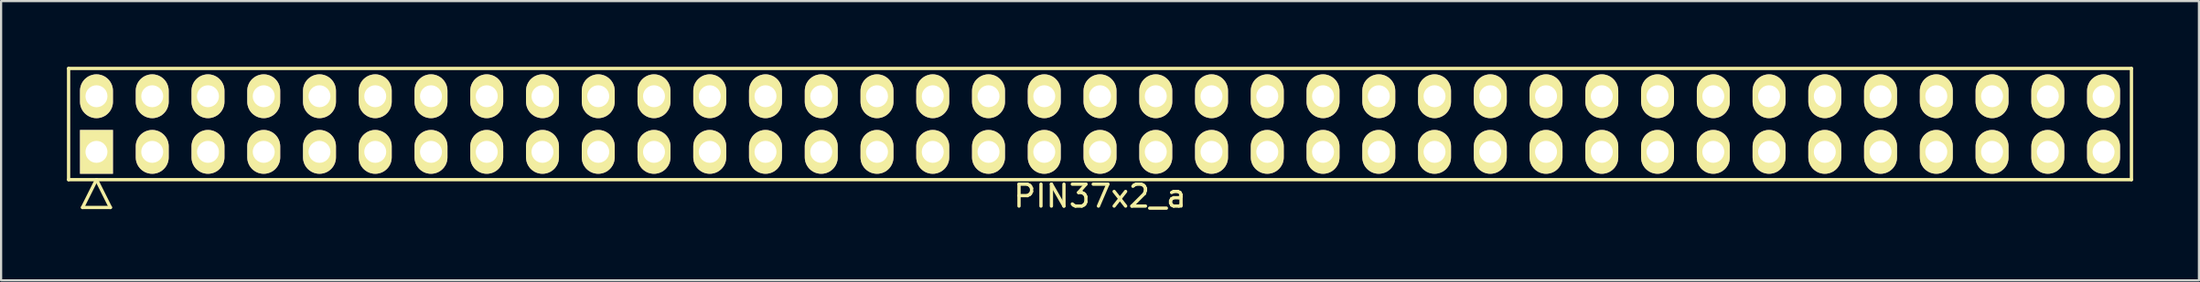
<source format=kicad_pcb>
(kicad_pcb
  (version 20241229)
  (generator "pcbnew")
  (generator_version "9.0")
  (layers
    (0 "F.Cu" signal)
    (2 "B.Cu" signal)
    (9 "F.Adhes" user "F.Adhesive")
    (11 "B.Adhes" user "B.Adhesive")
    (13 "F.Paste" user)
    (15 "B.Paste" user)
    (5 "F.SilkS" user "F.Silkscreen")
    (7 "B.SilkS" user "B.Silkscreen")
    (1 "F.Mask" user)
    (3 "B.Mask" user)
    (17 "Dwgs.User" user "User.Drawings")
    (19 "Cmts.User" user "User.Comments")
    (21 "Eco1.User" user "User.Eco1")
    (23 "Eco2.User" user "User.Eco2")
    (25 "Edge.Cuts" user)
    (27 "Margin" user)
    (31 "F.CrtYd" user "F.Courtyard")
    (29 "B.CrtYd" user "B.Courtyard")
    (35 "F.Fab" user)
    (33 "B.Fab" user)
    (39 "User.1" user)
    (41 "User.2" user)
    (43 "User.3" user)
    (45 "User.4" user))
  (footprint "PIN37x2_a"
    (layer "F.Cu")
    (at 47.065 2.615)
    (property "Reference" "PIN37x2_a" (at 0 3.29 0) (layer "F.SilkS") (effects (font (size 1 1) (thickness 0.15))))
    (attr through_hole)
    (fp_line (start -46.99 -2.54) (end -46.99 2.54) (stroke (width 0.15) (type solid)) (layer "F.SilkS"))
    (fp_line (start -46.99 2.54) (end 46.99 2.54) (stroke (width 0.15) (type solid)) (layer "F.SilkS"))
    (fp_line (start -46.355 3.81) (end -45.72 2.54) (stroke (width 0.15) (type solid)) (layer "F.SilkS"))
    (fp_line (start -46.355 3.81) (end -45.085 3.81) (stroke (width 0.15) (type solid)) (layer "F.SilkS"))
    (fp_line (start -45.085 3.81) (end -45.72 2.54) (stroke (width 0.15) (type solid)) (layer "F.SilkS"))
    (fp_line (start 46.99 -2.54) (end -46.99 -2.54) (stroke (width 0.15) (type solid)) (layer "F.SilkS"))
    (fp_line (start 46.99 2.54) (end 46.99 -2.54) (stroke (width 0.15) (type solid)) (layer "F.SilkS"))
    (pad "1" thru_hole rect (at -45.72 1.27) (size 1.5 2) (drill 1) (layers "*.Cu" "*.Mask" "F.SilkS"))
    (pad "2" thru_hole oval (at -45.72 -1.27) (size 1.5 2) (drill 1) (layers "*.Cu" "*.Mask" "F.SilkS"))
    (pad "3" thru_hole oval (at -43.18 1.27) (size 1.5 2) (drill 1) (layers "*.Cu" "*.Mask" "F.SilkS"))
    (pad "4" thru_hole oval (at -43.18 -1.27) (size 1.5 2) (drill 1) (layers "*.Cu" "*.Mask" "F.SilkS"))
    (pad "5" thru_hole oval (at -40.64 1.27) (size 1.5 2) (drill 1) (layers "*.Cu" "*.Mask" "F.SilkS"))
    (pad "6" thru_hole oval (at -40.64 -1.27) (size 1.5 2) (drill 1) (layers "*.Cu" "*.Mask" "F.SilkS"))
    (pad "7" thru_hole oval (at -38.1 1.27) (size 1.5 2) (drill 1) (layers "*.Cu" "*.Mask" "F.SilkS"))
    (pad "8" thru_hole oval (at -38.1 -1.27) (size 1.5 2) (drill 1) (layers "*.Cu" "*.Mask" "F.SilkS"))
    (pad "9" thru_hole oval (at -35.56 1.27) (size 1.5 2) (drill 1) (layers "*.Cu" "*.Mask" "F.SilkS"))
    (pad "10" thru_hole oval (at -35.56 -1.27) (size 1.5 2) (drill 1) (layers "*.Cu" "*.Mask" "F.SilkS"))
    (pad "11" thru_hole oval (at -33.02 1.27) (size 1.5 2) (drill 1) (layers "*.Cu" "*.Mask" "F.SilkS"))
    (pad "12" thru_hole oval (at -33.02 -1.27) (size 1.5 2) (drill 1) (layers "*.Cu" "*.Mask" "F.SilkS"))
    (pad "13" thru_hole oval (at -30.48 1.27) (size 1.5 2) (drill 1) (layers "*.Cu" "*.Mask" "F.SilkS"))
    (pad "14" thru_hole oval (at -30.48 -1.27) (size 1.5 2) (drill 1) (layers "*.Cu" "*.Mask" "F.SilkS"))
    (pad "15" thru_hole oval (at -27.94 1.27) (size 1.5 2) (drill 1) (layers "*.Cu" "*.Mask" "F.SilkS"))
    (pad "16" thru_hole oval (at -27.94 -1.27) (size 1.5 2) (drill 1) (layers "*.Cu" "*.Mask" "F.SilkS"))
    (pad "17" thru_hole oval (at -25.4 1.27) (size 1.5 2) (drill 1) (layers "*.Cu" "*.Mask" "F.SilkS"))
    (pad "18" thru_hole oval (at -25.4 -1.27) (size 1.5 2) (drill 1) (layers "*.Cu" "*.Mask" "F.SilkS"))
    (pad "19" thru_hole oval (at -22.86 1.27) (size 1.5 2) (drill 1) (layers "*.Cu" "*.Mask" "F.SilkS"))
    (pad "20" thru_hole oval (at -22.86 -1.27) (size 1.5 2) (drill 1) (layers "*.Cu" "*.Mask" "F.SilkS"))
    (pad "21" thru_hole oval (at -20.32 1.27) (size 1.5 2) (drill 1) (layers "*.Cu" "*.Mask" "F.SilkS"))
    (pad "22" thru_hole oval (at -20.32 -1.27) (size 1.5 2) (drill 1) (layers "*.Cu" "*.Mask" "F.SilkS"))
    (pad "23" thru_hole oval (at -17.78 1.27) (size 1.5 2) (drill 1) (layers "*.Cu" "*.Mask" "F.SilkS"))
    (pad "24" thru_hole oval (at -17.78 -1.27) (size 1.5 2) (drill 1) (layers "*.Cu" "*.Mask" "F.SilkS"))
    (pad "25" thru_hole oval (at -15.24 1.27) (size 1.5 2) (drill 1) (layers "*.Cu" "*.Mask" "F.SilkS"))
    (pad "26" thru_hole oval (at -15.24 -1.27) (size 1.5 2) (drill 1) (layers "*.Cu" "*.Mask" "F.SilkS"))
    (pad "27" thru_hole oval (at -12.7 1.27) (size 1.5 2) (drill 1) (layers "*.Cu" "*.Mask" "F.SilkS"))
    (pad "28" thru_hole oval (at -12.7 -1.27) (size 1.5 2) (drill 1) (layers "*.Cu" "*.Mask" "F.SilkS"))
    (pad "29" thru_hole oval (at -10.16 1.27) (size 1.5 2) (drill 1) (layers "*.Cu" "*.Mask" "F.SilkS"))
    (pad "30" thru_hole oval (at -10.16 -1.27) (size 1.5 2) (drill 1) (layers "*.Cu" "*.Mask" "F.SilkS"))
    (pad "31" thru_hole oval (at -7.62 1.27) (size 1.5 2) (drill 1) (layers "*.Cu" "*.Mask" "F.SilkS"))
    (pad "32" thru_hole oval (at -7.62 -1.27) (size 1.5 2) (drill 1) (layers "*.Cu" "*.Mask" "F.SilkS"))
    (pad "33" thru_hole oval (at -5.08 1.27) (size 1.5 2) (drill 1) (layers "*.Cu" "*.Mask" "F.SilkS"))
    (pad "34" thru_hole oval (at -5.08 -1.27) (size 1.5 2) (drill 1) (layers "*.Cu" "*.Mask" "F.SilkS"))
    (pad "35" thru_hole oval (at -2.54 1.27) (size 1.5 2) (drill 1) (layers "*.Cu" "*.Mask" "F.SilkS"))
    (pad "36" thru_hole oval (at -2.54 -1.27) (size 1.5 2) (drill 1) (layers "*.Cu" "*.Mask" "F.SilkS"))
    (pad "37" thru_hole oval (at 0 1.27) (size 1.5 2) (drill 1) (layers "*.Cu" "*.Mask" "F.SilkS"))
    (pad "38" thru_hole oval (at 0 -1.27) (size 1.5 2) (drill 1) (layers "*.Cu" "*.Mask" "F.SilkS"))
    (pad "39" thru_hole oval (at 2.54 1.27) (size 1.5 2) (drill 1) (layers "*.Cu" "*.Mask" "F.SilkS"))
    (pad "40" thru_hole oval (at 2.54 -1.27) (size 1.5 2) (drill 1) (layers "*.Cu" "*.Mask" "F.SilkS"))
    (pad "41" thru_hole oval (at 5.08 1.27) (size 1.5 2) (drill 1) (layers "*.Cu" "*.Mask" "F.SilkS"))
    (pad "42" thru_hole oval (at 5.08 -1.27) (size 1.5 2) (drill 1) (layers "*.Cu" "*.Mask" "F.SilkS"))
    (pad "43" thru_hole oval (at 7.62 1.27) (size 1.5 2) (drill 1) (layers "*.Cu" "*.Mask" "F.SilkS"))
    (pad "44" thru_hole oval (at 7.62 -1.27) (size 1.5 2) (drill 1) (layers "*.Cu" "*.Mask" "F.SilkS"))
    (pad "45" thru_hole oval (at 10.16 1.27) (size 1.5 2) (drill 1) (layers "*.Cu" "*.Mask" "F.SilkS"))
    (pad "46" thru_hole oval (at 10.16 -1.27) (size 1.5 2) (drill 1) (layers "*.Cu" "*.Mask" "F.SilkS"))
    (pad "47" thru_hole oval (at 12.7 1.27) (size 1.5 2) (drill 1) (layers "*.Cu" "*.Mask" "F.SilkS"))
    (pad "48" thru_hole oval (at 12.7 -1.27) (size 1.5 2) (drill 1) (layers "*.Cu" "*.Mask" "F.SilkS"))
    (pad "49" thru_hole oval (at 15.24 1.27) (size 1.5 2) (drill 1) (layers "*.Cu" "*.Mask" "F.SilkS"))
    (pad "50" thru_hole oval (at 15.24 -1.27) (size 1.5 2) (drill 1) (layers "*.Cu" "*.Mask" "F.SilkS"))
    (pad "51" thru_hole oval (at 17.78 1.27) (size 1.5 2) (drill 1) (layers "*.Cu" "*.Mask" "F.SilkS"))
    (pad "52" thru_hole oval (at 17.78 -1.27) (size 1.5 2) (drill 1) (layers "*.Cu" "*.Mask" "F.SilkS"))
    (pad "53" thru_hole oval (at 20.32 1.27) (size 1.5 2) (drill 1) (layers "*.Cu" "*.Mask" "F.SilkS"))
    (pad "54" thru_hole oval (at 20.32 -1.27) (size 1.5 2) (drill 1) (layers "*.Cu" "*.Mask" "F.SilkS"))
    (pad "55" thru_hole oval (at 22.86 1.27) (size 1.5 2) (drill 1) (layers "*.Cu" "*.Mask" "F.SilkS"))
    (pad "56" thru_hole oval (at 22.86 -1.27) (size 1.5 2) (drill 1) (layers "*.Cu" "*.Mask" "F.SilkS"))
    (pad "57" thru_hole oval (at 25.4 1.27) (size 1.5 2) (drill 1) (layers "*.Cu" "*.Mask" "F.SilkS"))
    (pad "58" thru_hole oval (at 25.4 -1.27) (size 1.5 2) (drill 1) (layers "*.Cu" "*.Mask" "F.SilkS"))
    (pad "59" thru_hole oval (at 27.94 1.27) (size 1.5 2) (drill 1) (layers "*.Cu" "*.Mask" "F.SilkS"))
    (pad "60" thru_hole oval (at 27.94 -1.27) (size 1.5 2) (drill 1) (layers "*.Cu" "*.Mask" "F.SilkS"))
    (pad "61" thru_hole oval (at 30.48 1.27) (size 1.5 2) (drill 1) (layers "*.Cu" "*.Mask" "F.SilkS"))
    (pad "62" thru_hole oval (at 30.48 -1.27) (size 1.5 2) (drill 1) (layers "*.Cu" "*.Mask" "F.SilkS"))
    (pad "63" thru_hole oval (at 33.02 1.27) (size 1.5 2) (drill 1) (layers "*.Cu" "*.Mask" "F.SilkS"))
    (pad "64" thru_hole oval (at 33.02 -1.27) (size 1.5 2) (drill 1) (layers "*.Cu" "*.Mask" "F.SilkS"))
    (pad "65" thru_hole oval (at 35.56 1.27) (size 1.5 2) (drill 1) (layers "*.Cu" "*.Mask" "F.SilkS"))
    (pad "66" thru_hole oval (at 35.56 -1.27) (size 1.5 2) (drill 1) (layers "*.Cu" "*.Mask" "F.SilkS"))
    (pad "67" thru_hole oval (at 38.1 1.27) (size 1.5 2) (drill 1) (layers "*.Cu" "*.Mask" "F.SilkS"))
    (pad "68" thru_hole oval (at 38.1 -1.27) (size 1.5 2) (drill 1) (layers "*.Cu" "*.Mask" "F.SilkS"))
    (pad "69" thru_hole oval (at 40.64 1.27) (size 1.5 2) (drill 1) (layers "*.Cu" "*.Mask" "F.SilkS"))
    (pad "70" thru_hole oval (at 40.64 -1.27) (size 1.5 2) (drill 1) (layers "*.Cu" "*.Mask" "F.SilkS"))
    (pad "71" thru_hole oval (at 43.18 1.27) (size 1.5 2) (drill 1) (layers "*.Cu" "*.Mask" "F.SilkS"))
    (pad "72" thru_hole oval (at 43.18 -1.27) (size 1.5 2) (drill 1) (layers "*.Cu" "*.Mask" "F.SilkS"))
    (pad "73" thru_hole oval (at 45.72 1.27) (size 1.5 2) (drill 1) (layers "*.Cu" "*.Mask" "F.SilkS"))
    (pad "74" thru_hole oval (at 45.72 -1.27) (size 1.5 2) (drill 1) (layers "*.Cu" "*.Mask" "F.SilkS")))
  (gr_rect
    (start -3 -3)
    (end 97.13 9.753)
    (stroke (width 0.1) (type default))
    (fill no)
    (layer "Edge.Cuts")))
</source>
